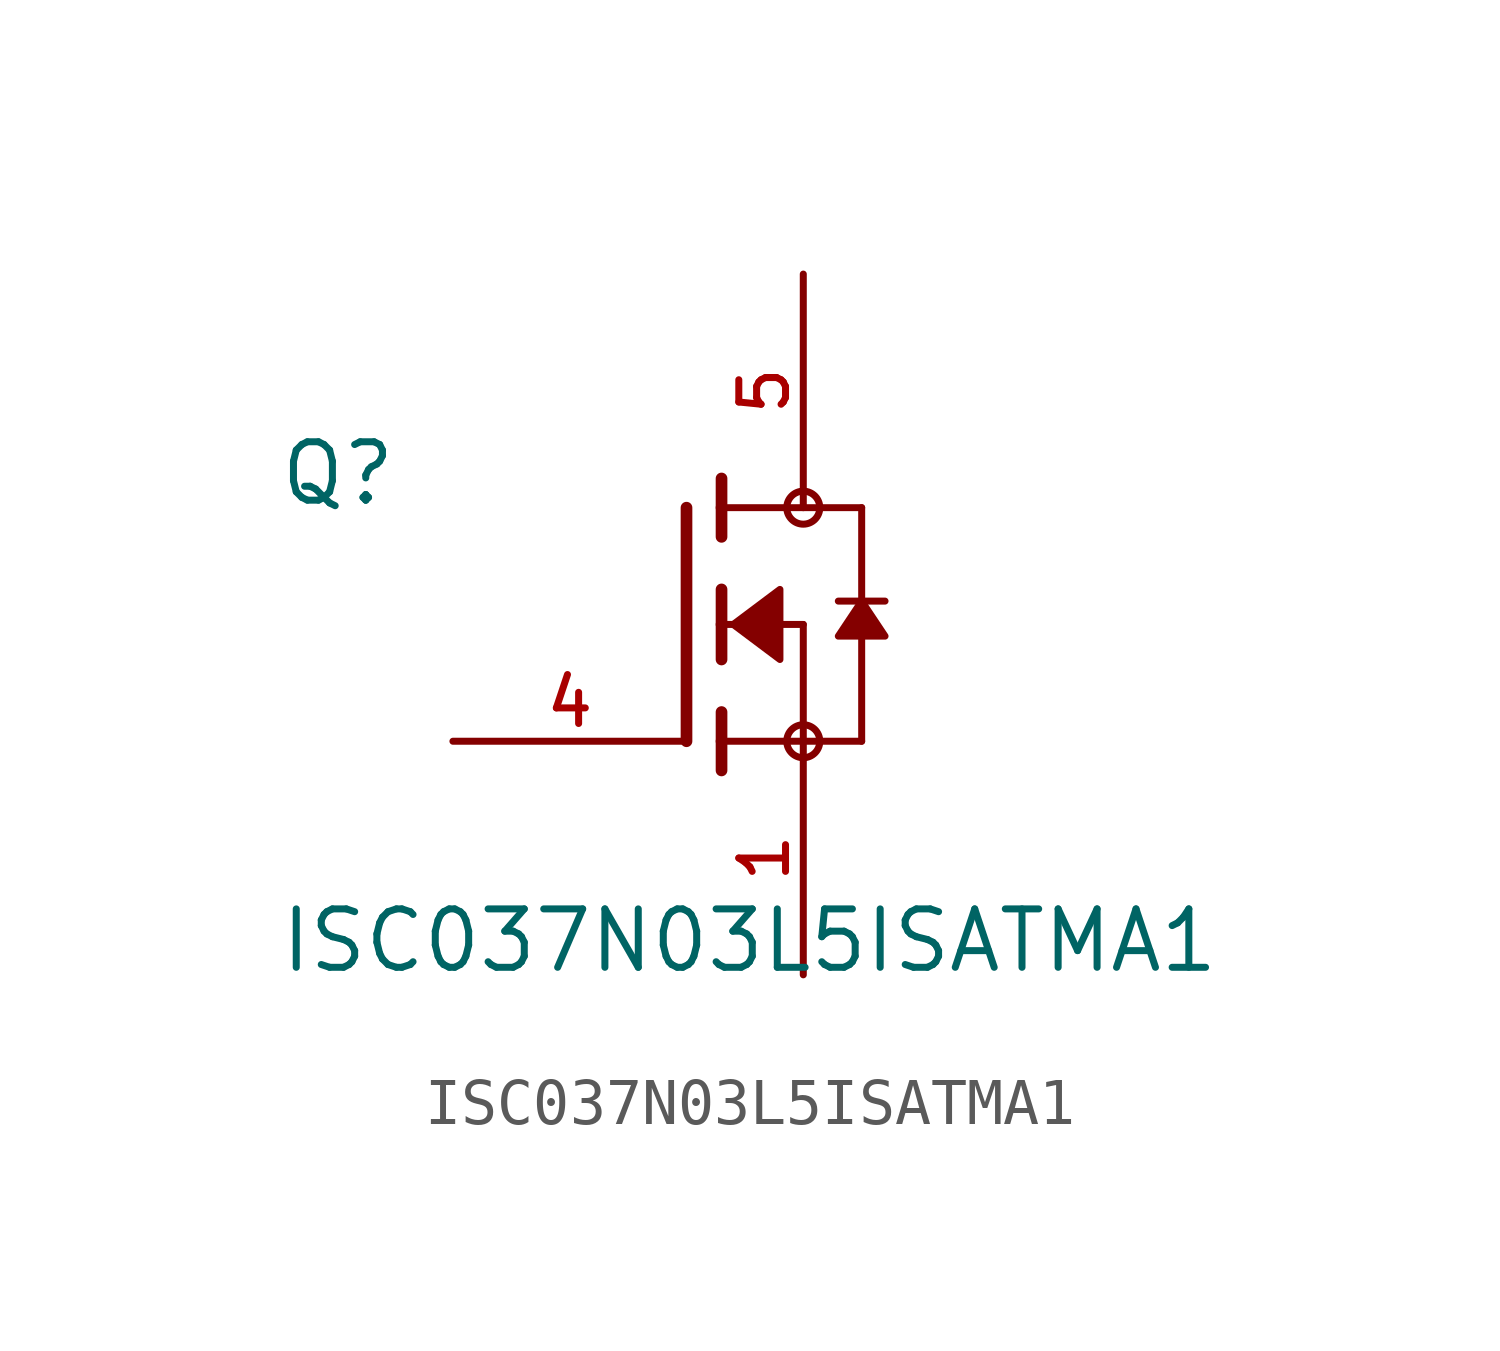
<source format=kicad_sym>
(kicad_symbol_lib
  (version 20211014)
  (generator kicad_symbol_editor)
  (symbol "ISC037N03L5ISATMA1"
    (pin_names
      (offset 1.016))
    (property "Reference" "Q"
      (at -8.89 2.54 0)
      (effects (font (size 1.27 1.27)) (justify bottom left)))
    (property "Value" "ISC037N03L5ISATMA1"
      (at -8.89 -7.62 0)
      (effects (font (size 1.27 1.27)) (justify bottom left)))
    (symbol "ISC037N03L5ISATMA1_0_0"
      (polyline (pts (xy 0.762 0.762) (xy 0.762 0.0)) (stroke (width 0.254)))
      (polyline (pts (xy 0.762 0.0) (xy 0.762 -0.762)) (stroke (width 0.254)))
      (polyline (pts (xy 0.762 3.175) (xy 0.762 2.54)) (stroke (width 0.254)))
      (polyline (pts (xy 0.762 2.54) (xy 0.762 1.905)) (stroke (width 0.254)))
      (polyline (pts (xy 0.762 0.0) (xy 2.54 0.0)) (stroke (width 0.152)))
      (polyline (pts (xy 2.54 0.0) (xy 2.54 -2.54)) (stroke (width 0.152)))
      (polyline (pts (xy 0.762 -1.905) (xy 0.762 -2.54)) (stroke (width 0.254)))
      (polyline (pts (xy 0.762 -2.54) (xy 0.762 -3.175)) (stroke (width 0.254)))
      (polyline (pts (xy 0.0 2.54) (xy 0.0 -2.54)) (stroke (width 0.254)))
      (polyline (pts (xy 2.54 -2.54) (xy 0.762 -2.54)) (stroke (width 0.152)))
      (polyline (pts (xy 3.81 2.54) (xy 3.81 0.508)) (stroke (width 0.152)))
      (polyline (pts (xy 3.81 0.508) (xy 3.81 -2.54)) (stroke (width 0.152)))
      (polyline (pts (xy 2.54 -2.54) (xy 3.81 -2.54)) (stroke (width 0.152)))
      (polyline (pts (xy 0.762 2.54) (xy 3.81 2.54)) (stroke (width 0.152)))
      (polyline (pts (xy 4.318 0.508) (xy 3.81 0.508)) (stroke (width 0.152)))
      (polyline (pts (xy 3.81 0.508) (xy 3.302 0.508)) (stroke (width 0.152)))
      (circle (center 2.54 -2.54) (radius 0.359) (stroke (width 0.0)) (fill (type none)))
      (circle (center 2.54 2.54) (radius 0.359) (stroke (width 0.0)) (fill (type none)))
      (polyline (pts (xy 3.81 0.508) (xy 3.302 -0.254) (xy 4.318 -0.254) (xy 3.81 0.508)) (stroke (width 0.152)) (fill (type outline)))
      (polyline (pts (xy 1.016 0.0) (xy 2.032 0.762) (xy 2.032 -0.762) (xy 1.016 0.0)) (stroke (width 0.152)) (fill (type outline)))
      (pin passive line (at 2.54 -7.62 90.0) (length 5.08) (name "~" (effects (font (size 1.016 1.016)))) (number "1" (effects (font (size 1.016 1.016)))))
      (pin passive line (at -5.08 -2.54 0) (length 5.08) (name "~" (effects (font (size 1.016 1.016)))) (number "4" (effects (font (size 1.016 1.016)))))
      (pin passive line (at 2.54 7.62 270.0) (length 5.08) (name "~" (effects (font (size 1.016 1.016)))) (number "5" (effects (font (size 1.016 1.016))))))))
</source>
